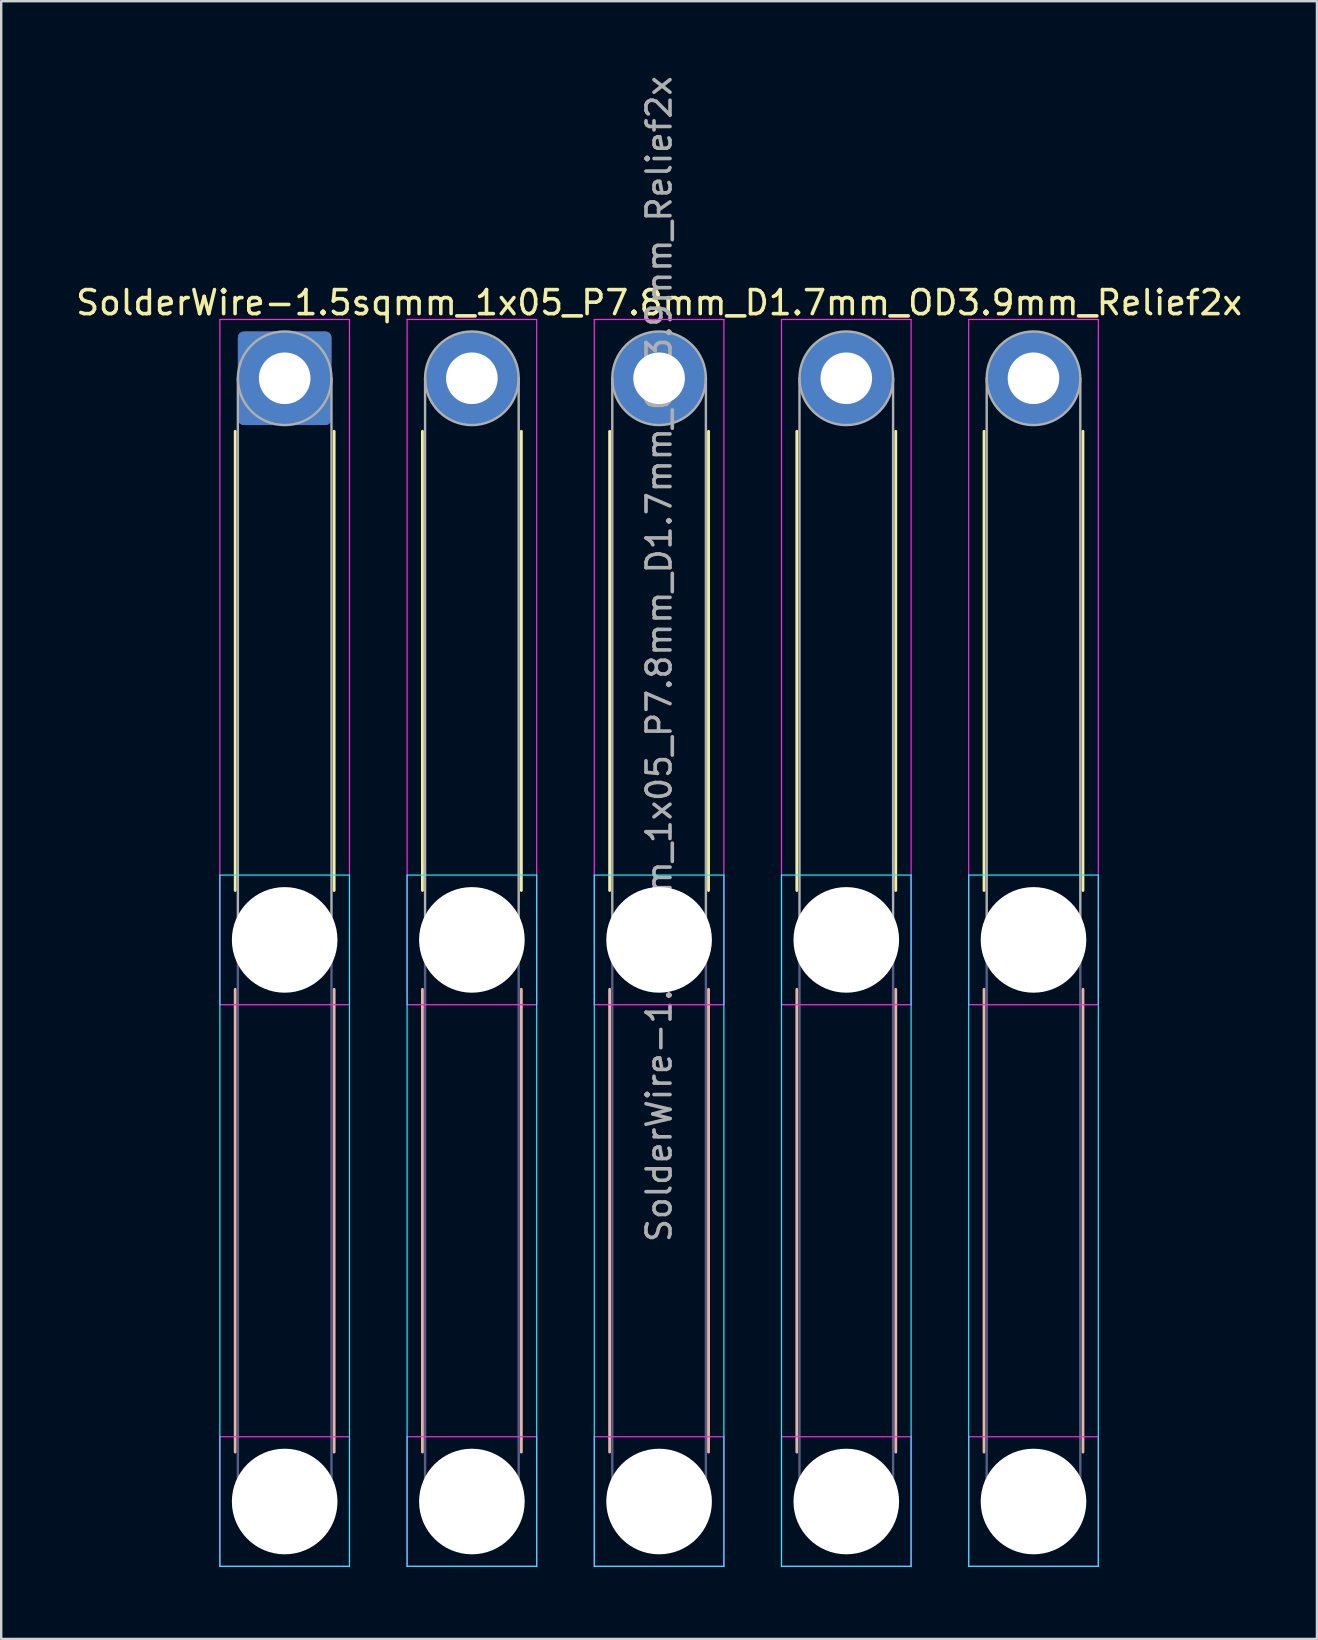
<source format=kicad_pcb>
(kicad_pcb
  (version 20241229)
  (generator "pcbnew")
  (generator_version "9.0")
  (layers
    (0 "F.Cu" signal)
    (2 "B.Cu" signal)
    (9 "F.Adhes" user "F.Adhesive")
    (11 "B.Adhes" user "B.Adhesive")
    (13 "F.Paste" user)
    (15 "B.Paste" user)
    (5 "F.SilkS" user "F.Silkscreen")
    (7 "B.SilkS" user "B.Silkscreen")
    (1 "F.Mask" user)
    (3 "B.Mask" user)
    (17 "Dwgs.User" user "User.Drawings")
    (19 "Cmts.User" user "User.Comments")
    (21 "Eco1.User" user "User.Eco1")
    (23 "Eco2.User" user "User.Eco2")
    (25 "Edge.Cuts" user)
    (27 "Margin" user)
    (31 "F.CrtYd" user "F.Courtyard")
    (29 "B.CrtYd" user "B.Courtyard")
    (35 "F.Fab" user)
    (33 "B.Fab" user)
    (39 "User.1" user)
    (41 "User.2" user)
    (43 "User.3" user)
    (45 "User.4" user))
  (footprint "SolderWire-1.5sqmm_1x05_P7.8mm_D1.7mm_OD3.9mm_Relief2x"
    (layer "F.Cu")
    (at 8.811 12.711)
    (property "Reference" "SolderWire-1.5sqmm_1x05_P7.8mm_D1.7mm_OD3.9mm_Relief2x" (at 15.6 -3.15 0) (layer "F.SilkS") (effects (font (size 1 1) (thickness 0.15))))
    (attr exclude_from_pos_files exclude_from_bom)
    (fp_line (start -2.06 2.21) (end -2.06 21.34) (stroke (width 0.12) (type solid)) (layer "F.SilkS"))
    (fp_line (start 2.06 2.21) (end 2.06 21.34) (stroke (width 0.12) (type solid)) (layer "F.SilkS"))
    (fp_line (start 5.74 2.21) (end 5.74 21.34) (stroke (width 0.12) (type solid)) (layer "F.SilkS"))
    (fp_line (start 9.86 2.21) (end 9.86 21.34) (stroke (width 0.12) (type solid)) (layer "F.SilkS"))
    (fp_line (start 13.54 2.21) (end 13.54 21.34) (stroke (width 0.12) (type solid)) (layer "F.SilkS"))
    (fp_line (start 17.66 2.21) (end 17.66 21.34) (stroke (width 0.12) (type solid)) (layer "F.SilkS"))
    (fp_line (start 21.34 2.21) (end 21.34 21.34) (stroke (width 0.12) (type solid)) (layer "F.SilkS"))
    (fp_line (start 25.46 2.21) (end 25.46 21.34) (stroke (width 0.12) (type solid)) (layer "F.SilkS"))
    (fp_line (start 29.14 2.21) (end 29.14 21.34) (stroke (width 0.12) (type solid)) (layer "F.SilkS"))
    (fp_line (start 33.26 2.21) (end 33.26 21.34) (stroke (width 0.12) (type solid)) (layer "F.SilkS"))
    (fp_line (start -2.06 25.46) (end -2.06 44.74) (stroke (width 0.12) (type solid)) (layer "B.SilkS"))
    (fp_line (start 2.06 25.46) (end 2.06 44.74) (stroke (width 0.12) (type solid)) (layer "B.SilkS"))
    (fp_line (start 5.74 25.46) (end 5.74 44.74) (stroke (width 0.12) (type solid)) (layer "B.SilkS"))
    (fp_line (start 9.86 25.46) (end 9.86 44.74) (stroke (width 0.12) (type solid)) (layer "B.SilkS"))
    (fp_line (start 13.54 25.46) (end 13.54 44.74) (stroke (width 0.12) (type solid)) (layer "B.SilkS"))
    (fp_line (start 17.66 25.46) (end 17.66 44.74) (stroke (width 0.12) (type solid)) (layer "B.SilkS"))
    (fp_line (start 21.34 25.46) (end 21.34 44.74) (stroke (width 0.12) (type solid)) (layer "B.SilkS"))
    (fp_line (start 25.46 25.46) (end 25.46 44.74) (stroke (width 0.12) (type solid)) (layer "B.SilkS"))
    (fp_line (start 29.14 25.46) (end 29.14 44.74) (stroke (width 0.12) (type solid)) (layer "B.SilkS"))
    (fp_line (start 33.26 25.46) (end 33.26 44.74) (stroke (width 0.12) (type solid)) (layer "B.SilkS"))
    (fp_line (start -2.7 20.7) (end -2.7 49.5) (stroke (width 0.05) (type solid)) (layer "B.CrtYd"))
    (fp_line (start -2.7 49.5) (end 2.7 49.5) (stroke (width 0.05) (type solid)) (layer "B.CrtYd"))
    (fp_line (start 2.7 20.7) (end -2.7 20.7) (stroke (width 0.05) (type solid)) (layer "B.CrtYd"))
    (fp_line (start 2.7 49.5) (end 2.7 20.7) (stroke (width 0.05) (type solid)) (layer "B.CrtYd"))
    (fp_line (start 5.1 20.7) (end 5.1 49.5) (stroke (width 0.05) (type solid)) (layer "B.CrtYd"))
    (fp_line (start 5.1 49.5) (end 10.5 49.5) (stroke (width 0.05) (type solid)) (layer "B.CrtYd"))
    (fp_line (start 10.5 20.7) (end 5.1 20.7) (stroke (width 0.05) (type solid)) (layer "B.CrtYd"))
    (fp_line (start 10.5 49.5) (end 10.5 20.7) (stroke (width 0.05) (type solid)) (layer "B.CrtYd"))
    (fp_line (start 12.9 20.7) (end 12.9 49.5) (stroke (width 0.05) (type solid)) (layer "B.CrtYd"))
    (fp_line (start 12.9 49.5) (end 18.3 49.5) (stroke (width 0.05) (type solid)) (layer "B.CrtYd"))
    (fp_line (start 18.3 20.7) (end 12.9 20.7) (stroke (width 0.05) (type solid)) (layer "B.CrtYd"))
    (fp_line (start 18.3 49.5) (end 18.3 20.7) (stroke (width 0.05) (type solid)) (layer "B.CrtYd"))
    (fp_line (start 20.7 20.7) (end 20.7 49.5) (stroke (width 0.05) (type solid)) (layer "B.CrtYd"))
    (fp_line (start 20.7 49.5) (end 26.1 49.5) (stroke (width 0.05) (type solid)) (layer "B.CrtYd"))
    (fp_line (start 26.1 20.7) (end 20.7 20.7) (stroke (width 0.05) (type solid)) (layer "B.CrtYd"))
    (fp_line (start 26.1 49.5) (end 26.1 20.7) (stroke (width 0.05) (type solid)) (layer "B.CrtYd"))
    (fp_line (start 28.5 20.7) (end 28.5 49.5) (stroke (width 0.05) (type solid)) (layer "B.CrtYd"))
    (fp_line (start 28.5 49.5) (end 33.9 49.5) (stroke (width 0.05) (type solid)) (layer "B.CrtYd"))
    (fp_line (start 33.9 20.7) (end 28.5 20.7) (stroke (width 0.05) (type solid)) (layer "B.CrtYd"))
    (fp_line (start 33.9 49.5) (end 33.9 20.7) (stroke (width 0.05) (type solid)) (layer "B.CrtYd"))
    (fp_line (start -2.7 -2.45) (end -2.7 26.1) (stroke (width 0.05) (type solid)) (layer "F.CrtYd"))
    (fp_line (start -2.7 26.1) (end 2.7 26.1) (stroke (width 0.05) (type solid)) (layer "F.CrtYd"))
    (fp_line (start -2.7 44.1) (end -2.7 49.5) (stroke (width 0.05) (type solid)) (layer "F.CrtYd"))
    (fp_line (start -2.7 49.5) (end 2.7 49.5) (stroke (width 0.05) (type solid)) (layer "F.CrtYd"))
    (fp_line (start 2.7 -2.45) (end -2.7 -2.45) (stroke (width 0.05) (type solid)) (layer "F.CrtYd"))
    (fp_line (start 2.7 26.1) (end 2.7 -2.45) (stroke (width 0.05) (type solid)) (layer "F.CrtYd"))
    (fp_line (start 2.7 44.1) (end -2.7 44.1) (stroke (width 0.05) (type solid)) (layer "F.CrtYd"))
    (fp_line (start 2.7 49.5) (end 2.7 44.1) (stroke (width 0.05) (type solid)) (layer "F.CrtYd"))
    (fp_line (start 5.1 -2.45) (end 5.1 26.1) (stroke (width 0.05) (type solid)) (layer "F.CrtYd"))
    (fp_line (start 5.1 26.1) (end 10.5 26.1) (stroke (width 0.05) (type solid)) (layer "F.CrtYd"))
    (fp_line (start 5.1 44.1) (end 5.1 49.5) (stroke (width 0.05) (type solid)) (layer "F.CrtYd"))
    (fp_line (start 5.1 49.5) (end 10.5 49.5) (stroke (width 0.05) (type solid)) (layer "F.CrtYd"))
    (fp_line (start 10.5 -2.45) (end 5.1 -2.45) (stroke (width 0.05) (type solid)) (layer "F.CrtYd"))
    (fp_line (start 10.5 26.1) (end 10.5 -2.45) (stroke (width 0.05) (type solid)) (layer "F.CrtYd"))
    (fp_line (start 10.5 44.1) (end 5.1 44.1) (stroke (width 0.05) (type solid)) (layer "F.CrtYd"))
    (fp_line (start 10.5 49.5) (end 10.5 44.1) (stroke (width 0.05) (type solid)) (layer "F.CrtYd"))
    (fp_line (start 12.9 -2.45) (end 12.9 26.1) (stroke (width 0.05) (type solid)) (layer "F.CrtYd"))
    (fp_line (start 12.9 26.1) (end 18.3 26.1) (stroke (width 0.05) (type solid)) (layer "F.CrtYd"))
    (fp_line (start 12.9 44.1) (end 12.9 49.5) (stroke (width 0.05) (type solid)) (layer "F.CrtYd"))
    (fp_line (start 12.9 49.5) (end 18.3 49.5) (stroke (width 0.05) (type solid)) (layer "F.CrtYd"))
    (fp_line (start 18.3 -2.45) (end 12.9 -2.45) (stroke (width 0.05) (type solid)) (layer "F.CrtYd"))
    (fp_line (start 18.3 26.1) (end 18.3 -2.45) (stroke (width 0.05) (type solid)) (layer "F.CrtYd"))
    (fp_line (start 18.3 44.1) (end 12.9 44.1) (stroke (width 0.05) (type solid)) (layer "F.CrtYd"))
    (fp_line (start 18.3 49.5) (end 18.3 44.1) (stroke (width 0.05) (type solid)) (layer "F.CrtYd"))
    (fp_line (start 20.7 -2.45) (end 20.7 26.1) (stroke (width 0.05) (type solid)) (layer "F.CrtYd"))
    (fp_line (start 20.7 26.1) (end 26.1 26.1) (stroke (width 0.05) (type solid)) (layer "F.CrtYd"))
    (fp_line (start 20.7 44.1) (end 20.7 49.5) (stroke (width 0.05) (type solid)) (layer "F.CrtYd"))
    (fp_line (start 20.7 49.5) (end 26.1 49.5) (stroke (width 0.05) (type solid)) (layer "F.CrtYd"))
    (fp_line (start 26.1 -2.45) (end 20.7 -2.45) (stroke (width 0.05) (type solid)) (layer "F.CrtYd"))
    (fp_line (start 26.1 26.1) (end 26.1 -2.45) (stroke (width 0.05) (type solid)) (layer "F.CrtYd"))
    (fp_line (start 26.1 44.1) (end 20.7 44.1) (stroke (width 0.05) (type solid)) (layer "F.CrtYd"))
    (fp_line (start 26.1 49.5) (end 26.1 44.1) (stroke (width 0.05) (type solid)) (layer "F.CrtYd"))
    (fp_line (start 28.5 -2.45) (end 28.5 26.1) (stroke (width 0.05) (type solid)) (layer "F.CrtYd"))
    (fp_line (start 28.5 26.1) (end 33.9 26.1) (stroke (width 0.05) (type solid)) (layer "F.CrtYd"))
    (fp_line (start 28.5 44.1) (end 28.5 49.5) (stroke (width 0.05) (type solid)) (layer "F.CrtYd"))
    (fp_line (start 28.5 49.5) (end 33.9 49.5) (stroke (width 0.05) (type solid)) (layer "F.CrtYd"))
    (fp_line (start 33.9 -2.45) (end 28.5 -2.45) (stroke (width 0.05) (type solid)) (layer "F.CrtYd"))
    (fp_line (start 33.9 26.1) (end 33.9 -2.45) (stroke (width 0.05) (type solid)) (layer "F.CrtYd"))
    (fp_line (start 33.9 44.1) (end 28.5 44.1) (stroke (width 0.05) (type solid)) (layer "F.CrtYd"))
    (fp_line (start 33.9 49.5) (end 33.9 44.1) (stroke (width 0.05) (type solid)) (layer "F.CrtYd"))
    (fp_line (start -1.95 23.4) (end -1.95 46.8) (stroke (width 0.1) (type solid)) (layer "B.Fab"))
    (fp_line (start 1.95 23.4) (end 1.95 46.8) (stroke (width 0.1) (type solid)) (layer "B.Fab"))
    (fp_line (start 5.85 23.4) (end 5.85 46.8) (stroke (width 0.1) (type solid)) (layer "B.Fab"))
    (fp_line (start 9.75 23.4) (end 9.75 46.8) (stroke (width 0.1) (type solid)) (layer "B.Fab"))
    (fp_line (start 13.65 23.4) (end 13.65 46.8) (stroke (width 0.1) (type solid)) (layer "B.Fab"))
    (fp_line (start 17.55 23.4) (end 17.55 46.8) (stroke (width 0.1) (type solid)) (layer "B.Fab"))
    (fp_line (start 21.45 23.4) (end 21.45 46.8) (stroke (width 0.1) (type solid)) (layer "B.Fab"))
    (fp_line (start 25.35 23.4) (end 25.35 46.8) (stroke (width 0.1) (type solid)) (layer "B.Fab"))
    (fp_line (start 29.25 23.4) (end 29.25 46.8) (stroke (width 0.1) (type solid)) (layer "B.Fab"))
    (fp_line (start 33.15 23.4) (end 33.15 46.8) (stroke (width 0.1) (type solid)) (layer "B.Fab"))
    (fp_circle (center 0 23.4) (end 1.95 23.4) (stroke (width 0.1) (type solid)) (fill no) (layer "B.Fab"))
    (fp_circle (center 0 46.8) (end 1.95 46.8) (stroke (width 0.1) (type solid)) (fill no) (layer "B.Fab"))
    (fp_circle (center 7.8 23.4) (end 9.75 23.4) (stroke (width 0.1) (type solid)) (fill no) (layer "B.Fab"))
    (fp_circle (center 7.8 46.8) (end 9.75 46.8) (stroke (width 0.1) (type solid)) (fill no) (layer "B.Fab"))
    (fp_circle (center 15.6 23.4) (end 17.55 23.4) (stroke (width 0.1) (type solid)) (fill no) (layer "B.Fab"))
    (fp_circle (center 15.6 46.8) (end 17.55 46.8) (stroke (width 0.1) (type solid)) (fill no) (layer "B.Fab"))
    (fp_circle (center 23.4 23.4) (end 25.35 23.4) (stroke (width 0.1) (type solid)) (fill no) (layer "B.Fab"))
    (fp_circle (center 23.4 46.8) (end 25.35 46.8) (stroke (width 0.1) (type solid)) (fill no) (layer "B.Fab"))
    (fp_circle (center 31.2 23.4) (end 33.15 23.4) (stroke (width 0.1) (type solid)) (fill no) (layer "B.Fab"))
    (fp_circle (center 31.2 46.8) (end 33.15 46.8) (stroke (width 0.1) (type solid)) (fill no) (layer "B.Fab"))
    (fp_line (start -1.95 0) (end -1.95 23.4) (stroke (width 0.1) (type solid)) (layer "F.Fab"))
    (fp_line (start 1.95 0) (end 1.95 23.4) (stroke (width 0.1) (type solid)) (layer "F.Fab"))
    (fp_line (start 5.85 0) (end 5.85 23.4) (stroke (width 0.1) (type solid)) (layer "F.Fab"))
    (fp_line (start 9.75 0) (end 9.75 23.4) (stroke (width 0.1) (type solid)) (layer "F.Fab"))
    (fp_line (start 13.65 0) (end 13.65 23.4) (stroke (width 0.1) (type solid)) (layer "F.Fab"))
    (fp_line (start 17.55 0) (end 17.55 23.4) (stroke (width 0.1) (type solid)) (layer "F.Fab"))
    (fp_line (start 21.45 0) (end 21.45 23.4) (stroke (width 0.1) (type solid)) (layer "F.Fab"))
    (fp_line (start 25.35 0) (end 25.35 23.4) (stroke (width 0.1) (type solid)) (layer "F.Fab"))
    (fp_line (start 29.25 0) (end 29.25 23.4) (stroke (width 0.1) (type solid)) (layer "F.Fab"))
    (fp_line (start 33.15 0) (end 33.15 23.4) (stroke (width 0.1) (type solid)) (layer "F.Fab"))
    (fp_circle (center 0 0) (end 1.95 0) (stroke (width 0.1) (type solid)) (fill no) (layer "F.Fab"))
    (fp_circle (center 0 23.4) (end 1.95 23.4) (stroke (width 0.1) (type solid)) (fill no) (layer "F.Fab"))
    (fp_circle (center 0 46.8) (end 1.95 46.8) (stroke (width 0.1) (type solid)) (fill no) (layer "F.Fab"))
    (fp_circle (center 7.8 0) (end 9.75 0) (stroke (width 0.1) (type solid)) (fill no) (layer "F.Fab"))
    (fp_circle (center 7.8 23.4) (end 9.75 23.4) (stroke (width 0.1) (type solid)) (fill no) (layer "F.Fab"))
    (fp_circle (center 7.8 46.8) (end 9.75 46.8) (stroke (width 0.1) (type solid)) (fill no) (layer "F.Fab"))
    (fp_circle (center 15.6 0) (end 17.55 0) (stroke (width 0.1) (type solid)) (fill no) (layer "F.Fab"))
    (fp_circle (center 15.6 23.4) (end 17.55 23.4) (stroke (width 0.1) (type solid)) (fill no) (layer "F.Fab"))
    (fp_circle (center 15.6 46.8) (end 17.55 46.8) (stroke (width 0.1) (type solid)) (fill no) (layer "F.Fab"))
    (fp_circle (center 23.4 0) (end 25.35 0) (stroke (width 0.1) (type solid)) (fill no) (layer "F.Fab"))
    (fp_circle (center 23.4 23.4) (end 25.35 23.4) (stroke (width 0.1) (type solid)) (fill no) (layer "F.Fab"))
    (fp_circle (center 23.4 46.8) (end 25.35 46.8) (stroke (width 0.1) (type solid)) (fill no) (layer "F.Fab"))
    (fp_circle (center 31.2 0) (end 33.15 0) (stroke (width 0.1) (type solid)) (fill no) (layer "F.Fab"))
    (fp_circle (center 31.2 23.4) (end 33.15 23.4) (stroke (width 0.1) (type solid)) (fill no) (layer "F.Fab"))
    (fp_circle (center 31.2 46.8) (end 33.15 46.8) (stroke (width 0.1) (type solid)) (fill no) (layer "F.Fab"))
    (fp_text user "${REFERENCE}" (at 15.6 11.7 90) (layer "F.Fab") (effects (font (size 1 1) (thickness 0.15))))
    (pad "" np_thru_hole circle (at 0 23.4) (size 4.4 4.4) (drill 4.4) (layers "*.Cu" "*.Mask"))
    (pad "" np_thru_hole circle (at 0 46.8) (size 4.4 4.4) (drill 4.4) (layers "*.Cu" "*.Mask"))
    (pad "" np_thru_hole circle (at 7.8 23.4) (size 4.4 4.4) (drill 4.4) (layers "*.Cu" "*.Mask"))
    (pad "" np_thru_hole circle (at 7.8 46.8) (size 4.4 4.4) (drill 4.4) (layers "*.Cu" "*.Mask"))
    (pad "" np_thru_hole circle (at 15.6 23.4) (size 4.4 4.4) (drill 4.4) (layers "*.Cu" "*.Mask"))
    (pad "" np_thru_hole circle (at 15.6 46.8) (size 4.4 4.4) (drill 4.4) (layers "*.Cu" "*.Mask"))
    (pad "" np_thru_hole circle (at 23.4 23.4) (size 4.4 4.4) (drill 4.4) (layers "*.Cu" "*.Mask"))
    (pad "" np_thru_hole circle (at 23.4 46.8) (size 4.4 4.4) (drill 4.4) (layers "*.Cu" "*.Mask"))
    (pad "" np_thru_hole circle (at 31.2 23.4) (size 4.4 4.4) (drill 4.4) (layers "*.Cu" "*.Mask"))
    (pad "" np_thru_hole circle (at 31.2 46.8) (size 4.4 4.4) (drill 4.4) (layers "*.Cu" "*.Mask"))
    (pad "1" thru_hole roundrect (at 0 0) (size 3.9 3.9) (drill 2.15) (layers "*.Cu" "*.Mask") (roundrect_rratio 0.064))
    (pad "2" thru_hole circle (at 7.8 0) (size 3.9 3.9) (drill 2.15) (layers "*.Cu" "*.Mask"))
    (pad "3" thru_hole circle (at 15.6 0) (size 3.9 3.9) (drill 2.15) (layers "*.Cu" "*.Mask"))
    (pad "4" thru_hole circle (at 23.4 0) (size 3.9 3.9) (drill 2.15) (layers "*.Cu" "*.Mask"))
    (pad "5" thru_hole circle (at 31.2 0) (size 3.9 3.9) (drill 2.15) (layers "*.Cu" "*.Mask")))
  (gr_rect
    (start -3 -3)
    (end 51.821 65.236)
    (stroke (width 0.1) (type default))
    (fill no)
    (layer "Edge.Cuts")))
</source>
